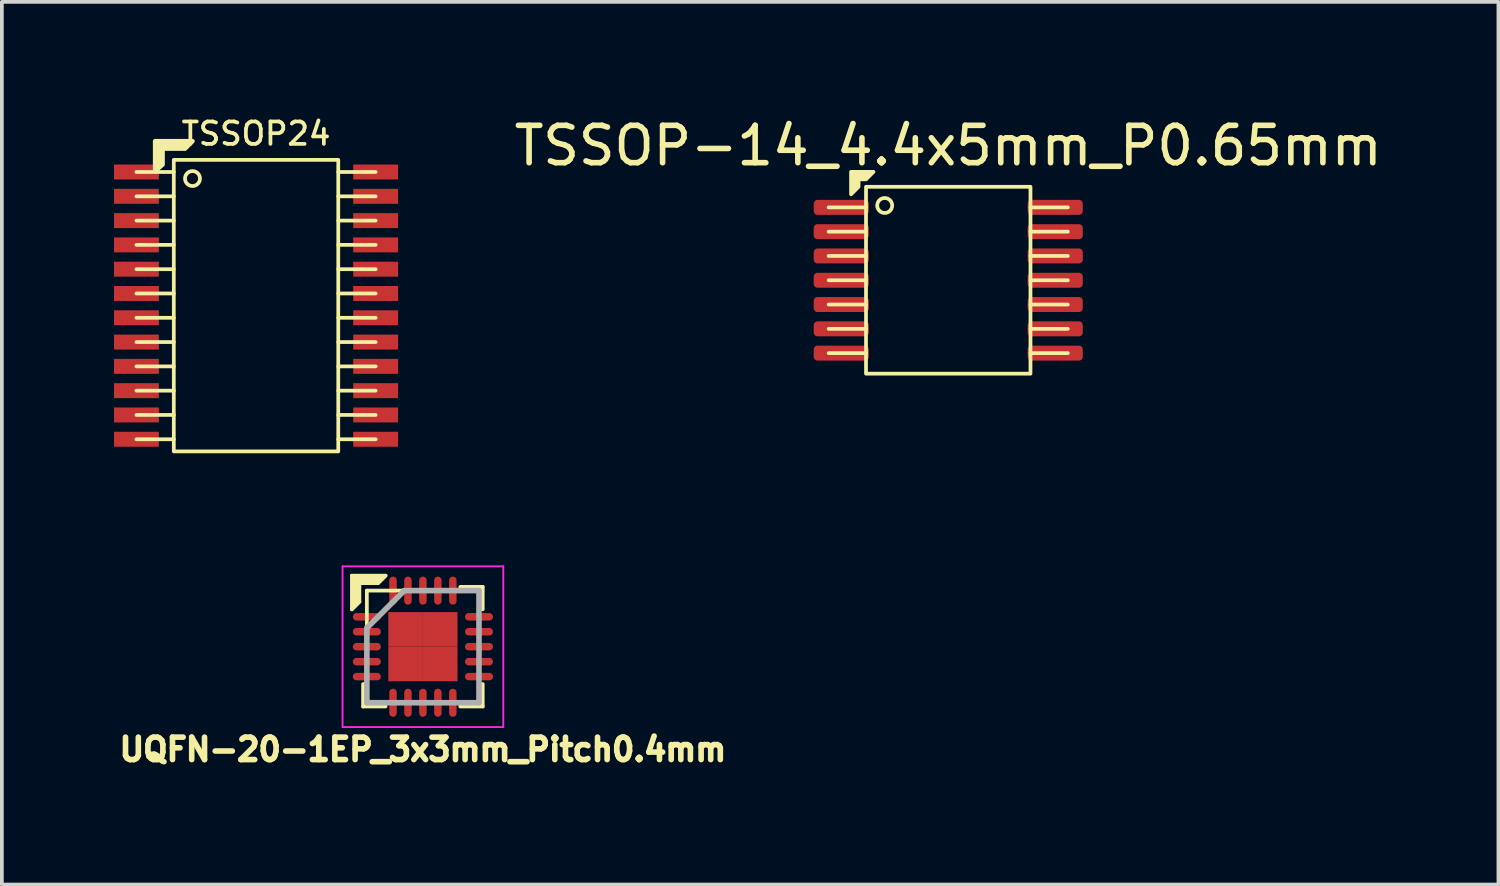
<source format=kicad_pcb>
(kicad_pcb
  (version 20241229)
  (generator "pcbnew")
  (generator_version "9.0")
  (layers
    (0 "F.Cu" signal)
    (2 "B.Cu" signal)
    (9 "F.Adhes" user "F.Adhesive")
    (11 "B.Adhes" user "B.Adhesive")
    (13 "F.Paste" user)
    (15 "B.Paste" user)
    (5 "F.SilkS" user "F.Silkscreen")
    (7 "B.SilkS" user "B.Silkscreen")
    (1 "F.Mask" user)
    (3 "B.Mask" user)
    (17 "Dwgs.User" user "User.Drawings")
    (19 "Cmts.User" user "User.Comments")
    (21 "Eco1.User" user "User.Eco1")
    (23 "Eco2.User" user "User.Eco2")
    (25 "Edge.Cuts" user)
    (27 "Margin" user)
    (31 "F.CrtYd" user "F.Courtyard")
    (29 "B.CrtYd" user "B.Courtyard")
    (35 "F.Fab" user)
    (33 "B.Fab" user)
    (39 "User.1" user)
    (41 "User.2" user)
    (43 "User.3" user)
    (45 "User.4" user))
  (footprint "UQFN-20-1EP_3x3mm_Pitch0.4mm"
    (layer "F.Cu")
    (at 8.265 14.252)
    (property "Reference" "UQFN-20-1EP_3x3mm_Pitch0.4mm" (at 0 2.75 0) (layer "F.SilkS") (effects (font (size 0.6 0.6) (thickness 0.15))))
    (attr smd)
    (fp_line (start -1.9 -1.9) (end -1 -1.9) (stroke (width 0.1) (type solid)) (layer "F.SilkS"))
    (fp_line (start -1.9 -1) (end -1.9 -1.9) (stroke (width 0.1) (type solid)) (layer "F.SilkS"))
    (fp_line (start -1.85 -1.85) (end -1.85 -1.05) (stroke (width 0.1) (type solid)) (layer "F.SilkS"))
    (fp_line (start -1.8 -1.8) (end -1.8 -1.1) (stroke (width 0.1) (type solid)) (layer "F.SilkS"))
    (fp_line (start -1.75 -1.75) (end -1.15 -1.75) (stroke (width 0.1) (type solid)) (layer "F.SilkS"))
    (fp_line (start -1.75 -1.15) (end -1.75 -1.75) (stroke (width 0.1) (type solid)) (layer "F.SilkS"))
    (fp_line (start -1.7 -1.7) (end -1.7 -1.2) (stroke (width 0.1) (type solid)) (layer "F.SilkS"))
    (fp_line (start -1.7 -1.2) (end -1.9 -1) (stroke (width 0.1) (type solid)) (layer "F.SilkS"))
    (fp_line (start -1.6 1.6) (end -1.6 1) (stroke (width 0.1) (type solid)) (layer "F.SilkS"))
    (fp_line (start -1.55 1.55) (end -1.55 1) (stroke (width 0.1) (type solid)) (layer "F.SilkS"))
    (fp_line (start -1.5 -1.5) (end 1.5 -1.5) (stroke (width 0.1) (type solid)) (layer "F.SilkS"))
    (fp_line (start -1.5 1.5) (end -1.5 -1.5) (stroke (width 0.1) (type solid)) (layer "F.SilkS"))
    (fp_line (start -1.2 -1.7) (end -1.7 -1.7) (stroke (width 0.1) (type solid)) (layer "F.SilkS"))
    (fp_line (start -1.1 -1.8) (end -1.8 -1.8) (stroke (width 0.1) (type solid)) (layer "F.SilkS"))
    (fp_line (start -1.05 -1.85) (end -1.85 -1.85) (stroke (width 0.1) (type solid)) (layer "F.SilkS"))
    (fp_line (start -1 -1.9) (end -1.2 -1.7) (stroke (width 0.1) (type solid)) (layer "F.SilkS"))
    (fp_line (start -1 1.55) (end -1.55 1.55) (stroke (width 0.1) (type solid)) (layer "F.SilkS"))
    (fp_line (start -1 1.6) (end -1.6 1.6) (stroke (width 0.1) (type solid)) (layer "F.SilkS"))
    (fp_line (start 1 -1.55) (end 1.55 -1.55) (stroke (width 0.1) (type solid)) (layer "F.SilkS"))
    (fp_line (start 1 1.6) (end 1.6 1.6) (stroke (width 0.1) (type solid)) (layer "F.SilkS"))
    (fp_line (start 1.5 -1.5) (end 1.5 1.5) (stroke (width 0.1) (type solid)) (layer "F.SilkS"))
    (fp_line (start 1.5 1.5) (end -1.5 1.5) (stroke (width 0.1) (type solid)) (layer "F.SilkS"))
    (fp_line (start 1.55 -1.55) (end 1.55 -1) (stroke (width 0.1) (type solid)) (layer "F.SilkS"))
    (fp_line (start 1.55 1) (end 1.55 1.55) (stroke (width 0.1) (type solid)) (layer "F.SilkS"))
    (fp_line (start 1.55 1.55) (end 1 1.55) (stroke (width 0.1) (type solid)) (layer "F.SilkS"))
    (fp_line (start 1.6 -1.6) (end 1 -1.6) (stroke (width 0.1) (type solid)) (layer "F.SilkS"))
    (fp_line (start 1.6 -1) (end 1.6 -1.6) (stroke (width 0.1) (type solid)) (layer "F.SilkS"))
    (fp_line (start 1.6 1.6) (end 1.6 1) (stroke (width 0.1) (type solid)) (layer "F.SilkS"))
    (fp_line (start -2.15 -2.15) (end -2.15 2.15) (stroke (width 0.05) (type solid)) (layer "F.CrtYd"))
    (fp_line (start -2.15 -2.15) (end 2.15 -2.15) (stroke (width 0.05) (type solid)) (layer "F.CrtYd"))
    (fp_line (start -2.15 2.15) (end 2.15 2.15) (stroke (width 0.05) (type solid)) (layer "F.CrtYd"))
    (fp_line (start 2.15 -2.15) (end 2.15 2.15) (stroke (width 0.05) (type solid)) (layer "F.CrtYd"))
    (fp_line (start -1.5 -0.5) (end -0.5 -1.5) (stroke (width 0.15) (type solid)) (layer "F.Fab"))
    (fp_line (start -1.5 1.5) (end -1.5 -0.5) (stroke (width 0.15) (type solid)) (layer "F.Fab"))
    (fp_line (start -0.5 -1.5) (end 1.5 -1.5) (stroke (width 0.15) (type solid)) (layer "F.Fab"))
    (fp_line (start 1.5 -1.5) (end 1.5 1.5) (stroke (width 0.15) (type solid)) (layer "F.Fab"))
    (fp_line (start 1.5 1.5) (end -1.5 1.5) (stroke (width 0.15) (type solid)) (layer "F.Fab"))
    (pad "1" smd oval (at -1.5 -0.8) (size 0.75 0.2) (layers "F.Cu" "F.Mask" "F.Paste"))
    (pad "2" smd oval (at -1.5 -0.4) (size 0.75 0.2) (layers "F.Cu" "F.Mask" "F.Paste"))
    (pad "3" smd oval (at -1.5 0) (size 0.75 0.2) (layers "F.Cu" "F.Mask" "F.Paste"))
    (pad "4" smd oval (at -1.5 0.4) (size 0.75 0.2) (layers "F.Cu" "F.Mask" "F.Paste"))
    (pad "5" smd oval (at -1.5 0.8) (size 0.75 0.2) (layers "F.Cu" "F.Mask" "F.Paste"))
    (pad "6" smd oval (at -0.8 1.5 90) (size 0.75 0.2) (layers "F.Cu" "F.Mask" "F.Paste"))
    (pad "7" smd oval (at -0.4 1.5 90) (size 0.75 0.2) (layers "F.Cu" "F.Mask" "F.Paste"))
    (pad "8" smd oval (at 0 1.5 90) (size 0.75 0.2) (layers "F.Cu" "F.Mask" "F.Paste"))
    (pad "9" smd oval (at 0.4 1.5 90) (size 0.75 0.2) (layers "F.Cu" "F.Mask" "F.Paste"))
    (pad "10" smd oval (at 0.8 1.5 90) (size 0.75 0.2) (layers "F.Cu" "F.Mask" "F.Paste"))
    (pad "11" smd oval (at 1.5 0.8) (size 0.75 0.2) (layers "F.Cu" "F.Mask" "F.Paste"))
    (pad "12" smd oval (at 1.5 0.4) (size 0.75 0.2) (layers "F.Cu" "F.Mask" "F.Paste"))
    (pad "13" smd oval (at 1.5 0) (size 0.75 0.2) (layers "F.Cu" "F.Mask" "F.Paste"))
    (pad "14" smd oval (at 1.5 -0.4) (size 0.75 0.2) (layers "F.Cu" "F.Mask" "F.Paste"))
    (pad "15" smd oval (at 1.5 -0.8) (size 0.75 0.2) (layers "F.Cu" "F.Mask" "F.Paste"))
    (pad "16" smd oval (at 0.8 -1.5 90) (size 0.75 0.2) (layers "F.Cu" "F.Mask" "F.Paste"))
    (pad "17" smd oval (at 0.4 -1.5 90) (size 0.75 0.2) (layers "F.Cu" "F.Mask" "F.Paste"))
    (pad "18" smd oval (at 0 -1.5 90) (size 0.75 0.2) (layers "F.Cu" "F.Mask" "F.Paste"))
    (pad "19" smd oval (at -0.4 -1.5 90) (size 0.75 0.2) (layers "F.Cu" "F.Mask" "F.Paste"))
    (pad "20" smd oval (at -0.8 -1.5 90) (size 0.75 0.2) (layers "F.Cu" "F.Mask" "F.Paste"))
    (pad "21" smd rect (at -0.463 -0.463) (size 0.925 0.925) (layers "F.Cu" "F.Mask" "F.Paste"))
    (pad "21" smd rect (at -0.463 0.463) (size 0.925 0.925) (layers "F.Cu" "F.Mask" "F.Paste"))
    (pad "21" smd rect (at 0.463 -0.463) (size 0.925 0.925) (layers "F.Cu" "F.Mask" "F.Paste"))
    (pad "21" smd rect (at 0.463 0.463) (size 0.925 0.925) (layers "F.Cu" "F.Mask" "F.Paste")))
  (footprint "TSSOP-14_4.4x5mm_P0.65mm"
    (layer "F.Cu")
    (at 22.32 4.448)
    (property "Reference" "TSSOP-14_4.4x5mm_P0.65mm" (at 0 -3.6 0) (layer "F.SilkS") (effects (font (size 1 1) (thickness 0.15))))
    (attr smd)
    (fp_line (start -2.2 -1.95) (end -3.2 -1.95) (stroke (width 0.1) (type solid)) (layer "F.SilkS"))
    (fp_line (start -2.2 -1.3) (end -3.2 -1.3) (stroke (width 0.1) (type solid)) (layer "F.SilkS"))
    (fp_line (start -2.2 -0.65) (end -3.2 -0.65) (stroke (width 0.1) (type solid)) (layer "F.SilkS"))
    (fp_line (start -2.2 0) (end -3.2 0) (stroke (width 0.1) (type solid)) (layer "F.SilkS"))
    (fp_line (start -2.2 0.65) (end -3.2 0.65) (stroke (width 0.1) (type solid)) (layer "F.SilkS"))
    (fp_line (start -2.2 1.3) (end -3.2 1.3) (stroke (width 0.1) (type solid)) (layer "F.SilkS"))
    (fp_line (start -2.2 1.95) (end -3.2 1.95) (stroke (width 0.1) (type solid)) (layer "F.SilkS"))
    (fp_line (start 2.2 -1.95) (end 3.2 -1.95) (stroke (width 0.1) (type solid)) (layer "F.SilkS"))
    (fp_line (start 2.2 -1.3) (end 3.2 -1.3) (stroke (width 0.1) (type solid)) (layer "F.SilkS"))
    (fp_line (start 2.2 -0.65) (end 3.2 -0.65) (stroke (width 0.1) (type solid)) (layer "F.SilkS"))
    (fp_line (start 2.2 0) (end 3.2 0) (stroke (width 0.1) (type solid)) (layer "F.SilkS"))
    (fp_line (start 2.2 0.65) (end 3.2 0.65) (stroke (width 0.1) (type solid)) (layer "F.SilkS"))
    (fp_line (start 2.2 1.3) (end 3.2 1.3) (stroke (width 0.1) (type solid)) (layer "F.SilkS"))
    (fp_line (start 2.2 1.95) (end 3.2 1.95) (stroke (width 0.1) (type solid)) (layer "F.SilkS"))
    (fp_rect (start -2.2 -2.5) (end 2.2 2.5) (stroke (width 0.1) (type solid)) (fill no) (layer "F.SilkS"))
    (fp_circle (center -1.7 -2) (end -1.5 -2) (stroke (width 0.1) (type solid)) (fill no) (layer "F.SilkS"))
    (fp_poly (pts (xy -2.2 -2.7) (xy -2.4 -2.7) (xy -2.4 -2.5) (xy -2.6 -2.3) (xy -2.6 -2.9) (xy -2 -2.9)) (stroke (width 0.1) (type solid)) (fill yes) (layer "F.SilkS"))
    (pad "1" smd roundrect (at -2.862 -1.95) (size 1.475 0.4) (layers "F.Cu" "F.Mask" "F.Paste") (roundrect_rratio 0.25))
    (pad "2" smd roundrect (at -2.862 -1.3) (size 1.475 0.4) (layers "F.Cu" "F.Mask" "F.Paste") (roundrect_rratio 0.25))
    (pad "3" smd roundrect (at -2.862 -0.65) (size 1.475 0.4) (layers "F.Cu" "F.Mask" "F.Paste") (roundrect_rratio 0.25))
    (pad "4" smd roundrect (at -2.862 0) (size 1.475 0.4) (layers "F.Cu" "F.Mask" "F.Paste") (roundrect_rratio 0.25))
    (pad "5" smd roundrect (at -2.862 0.65) (size 1.475 0.4) (layers "F.Cu" "F.Mask" "F.Paste") (roundrect_rratio 0.25))
    (pad "6" smd roundrect (at -2.862 1.3) (size 1.475 0.4) (layers "F.Cu" "F.Mask" "F.Paste") (roundrect_rratio 0.25))
    (pad "7" smd roundrect (at -2.862 1.95) (size 1.475 0.4) (layers "F.Cu" "F.Mask" "F.Paste") (roundrect_rratio 0.25))
    (pad "8" smd roundrect (at 2.862 1.95) (size 1.475 0.4) (layers "F.Cu" "F.Mask" "F.Paste") (roundrect_rratio 0.25))
    (pad "9" smd roundrect (at 2.862 1.3) (size 1.475 0.4) (layers "F.Cu" "F.Mask" "F.Paste") (roundrect_rratio 0.25))
    (pad "10" smd roundrect (at 2.862 0.65) (size 1.475 0.4) (layers "F.Cu" "F.Mask" "F.Paste") (roundrect_rratio 0.25))
    (pad "11" smd roundrect (at 2.862 0) (size 1.475 0.4) (layers "F.Cu" "F.Mask" "F.Paste") (roundrect_rratio 0.25))
    (pad "12" smd roundrect (at 2.862 -0.65) (size 1.475 0.4) (layers "F.Cu" "F.Mask" "F.Paste") (roundrect_rratio 0.25))
    (pad "13" smd roundrect (at 2.862 -1.3) (size 1.475 0.4) (layers "F.Cu" "F.Mask" "F.Paste") (roundrect_rratio 0.25))
    (pad "14" smd roundrect (at 2.862 -1.95) (size 1.475 0.4) (layers "F.Cu" "F.Mask" "F.Paste") (roundrect_rratio 0.25)))
  (footprint "TSSOP24"
    (layer "F.Cu")
    (at 3.8 5.127)
    (property "Reference" "TSSOP24" (at 0 -4.6 0) (layer "F.SilkS") (effects (font (size 0.6 0.6) (thickness 0.1))))
    (attr smd)
    (fp_line (start -2.2 -3.575) (end -3.2 -3.575) (stroke (width 0.1) (type solid)) (layer "F.SilkS"))
    (fp_line (start -2.2 -2.925) (end -3.2 -2.925) (stroke (width 0.1) (type solid)) (layer "F.SilkS"))
    (fp_line (start -2.2 -2.275) (end -3.2 -2.275) (stroke (width 0.1) (type solid)) (layer "F.SilkS"))
    (fp_line (start -2.2 -1.625) (end -3.2 -1.625) (stroke (width 0.1) (type solid)) (layer "F.SilkS"))
    (fp_line (start -2.2 -0.975) (end -3.2 -0.975) (stroke (width 0.1) (type solid)) (layer "F.SilkS"))
    (fp_line (start -2.2 -0.325) (end -3.2 -0.325) (stroke (width 0.1) (type solid)) (layer "F.SilkS"))
    (fp_line (start -2.2 0.325) (end -3.2 0.325) (stroke (width 0.1) (type solid)) (layer "F.SilkS"))
    (fp_line (start -2.2 0.975) (end -3.2 0.975) (stroke (width 0.1) (type solid)) (layer "F.SilkS"))
    (fp_line (start -2.2 1.625) (end -3.2 1.625) (stroke (width 0.1) (type solid)) (layer "F.SilkS"))
    (fp_line (start -2.2 2.275) (end -3.2 2.275) (stroke (width 0.1) (type solid)) (layer "F.SilkS"))
    (fp_line (start -2.2 2.925) (end -3.2 2.925) (stroke (width 0.1) (type solid)) (layer "F.SilkS"))
    (fp_line (start -2.2 3.575) (end -3.2 3.575) (stroke (width 0.1) (type solid)) (layer "F.SilkS"))
    (fp_line (start 2.2 -3.575) (end 3.2 -3.575) (stroke (width 0.1) (type solid)) (layer "F.SilkS"))
    (fp_line (start 2.2 -2.925) (end 3.2 -2.925) (stroke (width 0.1) (type solid)) (layer "F.SilkS"))
    (fp_line (start 2.2 -2.275) (end 3.2 -2.275) (stroke (width 0.1) (type solid)) (layer "F.SilkS"))
    (fp_line (start 2.2 -1.625) (end 3.2 -1.625) (stroke (width 0.1) (type solid)) (layer "F.SilkS"))
    (fp_line (start 2.2 -0.975) (end 3.2 -0.975) (stroke (width 0.1) (type solid)) (layer "F.SilkS"))
    (fp_line (start 2.2 -0.325) (end 3.2 -0.325) (stroke (width 0.1) (type solid)) (layer "F.SilkS"))
    (fp_line (start 2.2 0.325) (end 3.2 0.325) (stroke (width 0.1) (type solid)) (layer "F.SilkS"))
    (fp_line (start 2.2 0.975) (end 3.2 0.975) (stroke (width 0.1) (type solid)) (layer "F.SilkS"))
    (fp_line (start 2.2 1.625) (end 3.2 1.625) (stroke (width 0.1) (type solid)) (layer "F.SilkS"))
    (fp_line (start 2.2 2.275) (end 3.2 2.275) (stroke (width 0.1) (type solid)) (layer "F.SilkS"))
    (fp_line (start 2.2 2.925) (end 3.2 2.925) (stroke (width 0.1) (type solid)) (layer "F.SilkS"))
    (fp_line (start 2.2 3.575) (end 3.2 3.575) (stroke (width 0.1) (type solid)) (layer "F.SilkS"))
    (fp_rect (start -2.2 -3.9) (end 2.2 3.9) (stroke (width 0.1) (type solid)) (fill no) (layer "F.SilkS"))
    (fp_circle (center -1.7 -3.4) (end -1.5 -3.4) (stroke (width 0.1) (type solid)) (fill no) (layer "F.SilkS"))
    (fp_poly (pts (xy -1.9 -4.2) (xy -2.5 -4.2) (xy -2.5 -3.775) (xy -2.7 -3.6) (xy -2.7 -4.4) (xy -1.7 -4.4)) (stroke (width 0.12) (type solid)) (fill yes) (layer "F.SilkS"))
    (pad "1" smd rect (at -3.2 -3.575) (size 1.2 0.4) (layers "F.Cu" "F.Mask" "F.Paste"))
    (pad "2" smd rect (at -3.2 -2.925) (size 1.2 0.4) (layers "F.Cu" "F.Mask" "F.Paste"))
    (pad "3" smd rect (at -3.2 -2.275) (size 1.2 0.4) (layers "F.Cu" "F.Mask" "F.Paste"))
    (pad "4" smd rect (at -3.2 -1.625) (size 1.2 0.4) (layers "F.Cu" "F.Mask" "F.Paste"))
    (pad "5" smd rect (at -3.2 -0.975) (size 1.2 0.4) (layers "F.Cu" "F.Mask" "F.Paste"))
    (pad "6" smd rect (at -3.2 -0.325) (size 1.2 0.4) (layers "F.Cu" "F.Mask" "F.Paste"))
    (pad "7" smd rect (at -3.2 0.325) (size 1.2 0.4) (layers "F.Cu" "F.Mask" "F.Paste"))
    (pad "8" smd rect (at -3.2 0.975) (size 1.2 0.4) (layers "F.Cu" "F.Mask" "F.Paste"))
    (pad "9" smd rect (at -3.2 1.625) (size 1.2 0.4) (layers "F.Cu" "F.Mask" "F.Paste"))
    (pad "10" smd rect (at -3.2 2.275) (size 1.2 0.4) (layers "F.Cu" "F.Mask" "F.Paste"))
    (pad "11" smd rect (at -3.2 2.925) (size 1.2 0.4) (layers "F.Cu" "F.Mask" "F.Paste"))
    (pad "12" smd rect (at -3.2 3.575) (size 1.2 0.4) (layers "F.Cu" "F.Mask" "F.Paste"))
    (pad "13" smd rect (at 3.2 3.575) (size 1.2 0.4) (layers "F.Cu" "F.Mask" "F.Paste"))
    (pad "14" smd rect (at 3.2 2.925) (size 1.2 0.4) (layers "F.Cu" "F.Mask" "F.Paste"))
    (pad "15" smd rect (at 3.2 2.275) (size 1.2 0.4) (layers "F.Cu" "F.Mask" "F.Paste"))
    (pad "16" smd rect (at 3.2 1.625) (size 1.2 0.4) (layers "F.Cu" "F.Mask" "F.Paste"))
    (pad "17" smd rect (at 3.2 0.975) (size 1.2 0.4) (layers "F.Cu" "F.Mask" "F.Paste"))
    (pad "18" smd rect (at 3.2 0.325) (size 1.2 0.4) (layers "F.Cu" "F.Mask" "F.Paste"))
    (pad "19" smd rect (at 3.2 -0.325) (size 1.2 0.4) (layers "F.Cu" "F.Mask" "F.Paste"))
    (pad "20" smd rect (at 3.2 -0.975) (size 1.2 0.4) (layers "F.Cu" "F.Mask" "F.Paste"))
    (pad "21" smd rect (at 3.2 -1.625) (size 1.2 0.4) (layers "F.Cu" "F.Mask" "F.Paste"))
    (pad "22" smd rect (at 3.2 -2.275) (size 1.2 0.4) (layers "F.Cu" "F.Mask" "F.Paste"))
    (pad "23" smd rect (at 3.2 -2.925) (size 1.2 0.4) (layers "F.Cu" "F.Mask" "F.Paste"))
    (pad "24" smd rect (at 3.2 -3.575) (size 1.2 0.4) (layers "F.Cu" "F.Mask" "F.Paste")))
  (gr_rect
    (start -3 -3)
    (end 37.04 20.616)
    (stroke (width 0.1) (type default))
    (fill no)
    (layer "Edge.Cuts")))
</source>
